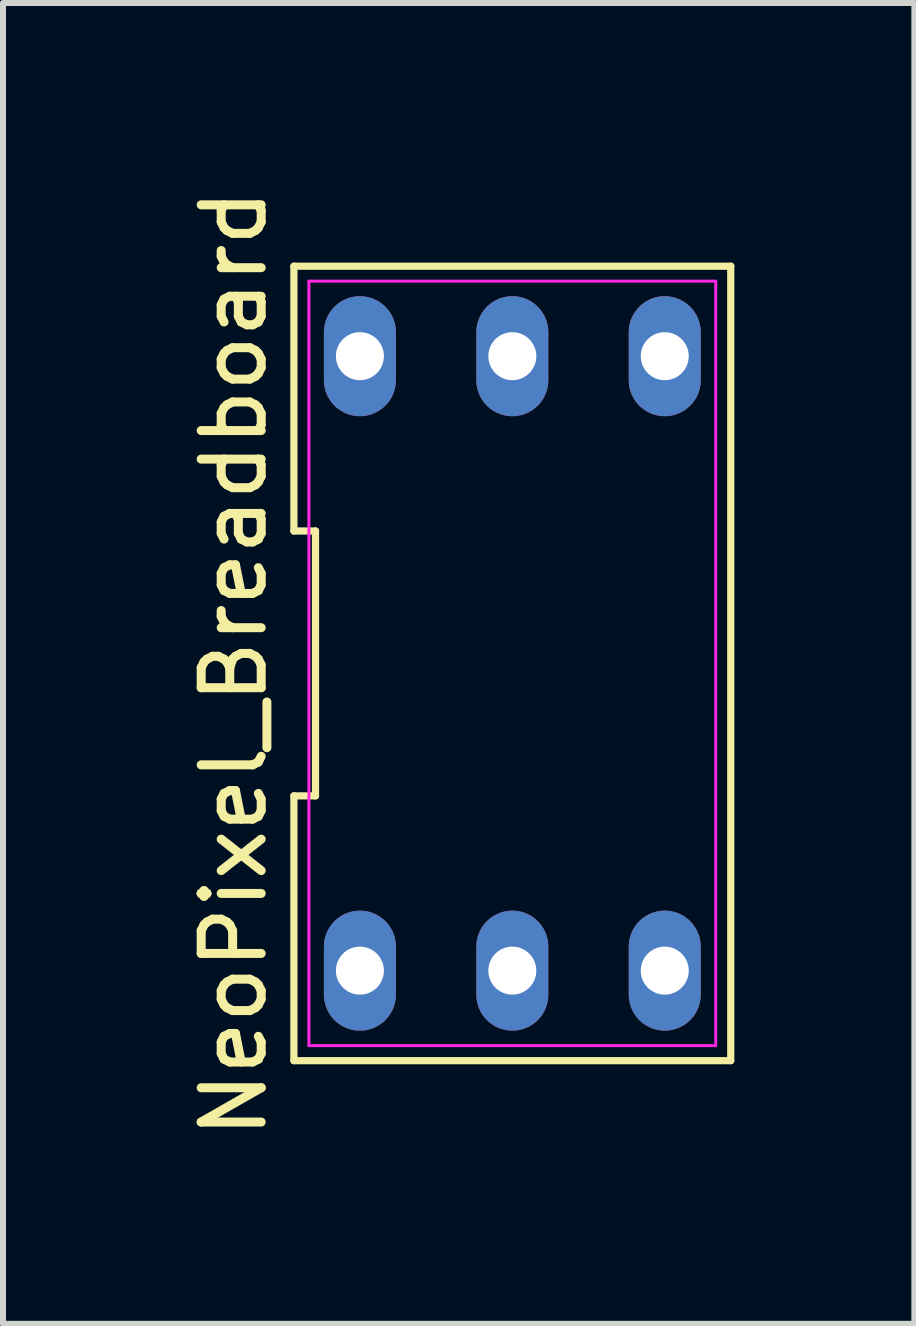
<source format=kicad_pcb>
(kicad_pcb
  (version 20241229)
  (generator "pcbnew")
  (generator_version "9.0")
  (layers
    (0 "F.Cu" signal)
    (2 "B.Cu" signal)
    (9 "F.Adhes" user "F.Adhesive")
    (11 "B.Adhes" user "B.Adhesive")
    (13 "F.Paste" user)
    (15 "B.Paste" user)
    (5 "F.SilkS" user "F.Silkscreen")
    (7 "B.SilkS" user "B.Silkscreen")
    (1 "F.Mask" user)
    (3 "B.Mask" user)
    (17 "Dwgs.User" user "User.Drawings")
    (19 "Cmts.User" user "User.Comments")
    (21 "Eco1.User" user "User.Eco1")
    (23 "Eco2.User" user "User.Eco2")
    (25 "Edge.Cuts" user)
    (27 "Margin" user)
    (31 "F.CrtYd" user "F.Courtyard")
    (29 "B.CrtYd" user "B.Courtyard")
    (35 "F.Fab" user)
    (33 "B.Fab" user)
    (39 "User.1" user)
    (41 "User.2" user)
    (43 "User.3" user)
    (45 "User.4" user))
  (footprint "NeoPixel_Breadboard"
    (layer "F.Cu")
    (at 5.488 8.006)
    (property "Reference" "NeoPixel_Breadboard" (at -4.64 0 90) (layer "F.SilkS") (effects (font (size 1 1) (thickness 0.15))))
    (attr through_hole)
    (fp_line (start -3.64 -2.207) (end -3.28 -2.207) (stroke (width 0.12) (type default)) (layer "F.SilkS"))
    (fp_line (start -3.64 2.207) (end -3.64 6.62) (stroke (width 0.12) (type default)) (layer "F.SilkS"))
    (fp_line (start -3.64 6.62) (end 3.64 6.62) (stroke (width 0.12) (type default)) (layer "F.SilkS"))
    (fp_line (start -3.64 -6.62) (end -3.64 -2.207) (stroke (width 0.12) (type default)) (layer "F.SilkS"))
    (fp_line (start -3.28 -2.207) (end -3.28 2.207) (stroke (width 0.12) (type default)) (layer "F.SilkS"))
    (fp_line (start -3.28 2.207) (end -3.64 2.207) (stroke (width 0.12) (type default)) (layer "F.SilkS"))
    (fp_line (start 3.64 6.62) (end 3.64 -6.62) (stroke (width 0.12) (type default)) (layer "F.SilkS"))
    (fp_line (start 3.64 -6.62) (end -3.64 -6.62) (stroke (width 0.12) (type default)) (layer "F.SilkS"))
    (fp_line (start -3.39 -6.37) (end 3.39 -6.37) (stroke (width 0.05) (type default)) (layer "F.CrtYd"))
    (fp_line (start -3.39 6.37) (end -3.39 -6.37) (stroke (width 0.05) (type default)) (layer "F.CrtYd"))
    (fp_line (start 3.39 -6.37) (end 3.39 6.37) (stroke (width 0.05) (type default)) (layer "F.CrtYd"))
    (fp_line (start 3.39 6.37) (end -3.39 6.37) (stroke (width 0.05) (type default)) (layer "F.CrtYd"))
    (pad "1" thru_hole oval (at -2.54 5.12) (size 1.2 2) (drill 0.8) (layers "*.Cu" "*.Mask"))
    (pad "2" thru_hole oval (at 0 5.12) (size 1.2 2) (drill 0.8) (layers "*.Cu" "*.Mask"))
    (pad "3" thru_hole oval (at 2.54 5.12) (size 1.2 2) (drill 0.8) (layers "*.Cu" "*.Mask"))
    (pad "4" thru_hole oval (at 2.54 -5.12) (size 1.2 2) (drill 0.8) (layers "*.Cu" "*.Mask"))
    (pad "5" thru_hole oval (at 0 -5.12) (size 1.2 2) (drill 0.8) (layers "*.Cu" "*.Mask"))
    (pad "6" thru_hole oval (at -2.54 -5.12) (size 1.2 2) (drill 0.8) (layers "*.Cu" "*.Mask")))
  (gr_rect
    (start -3 -3)
    (end 12.188 19.012)
    (stroke (width 0.1) (type default))
    (fill no)
    (layer "Edge.Cuts")))
</source>
